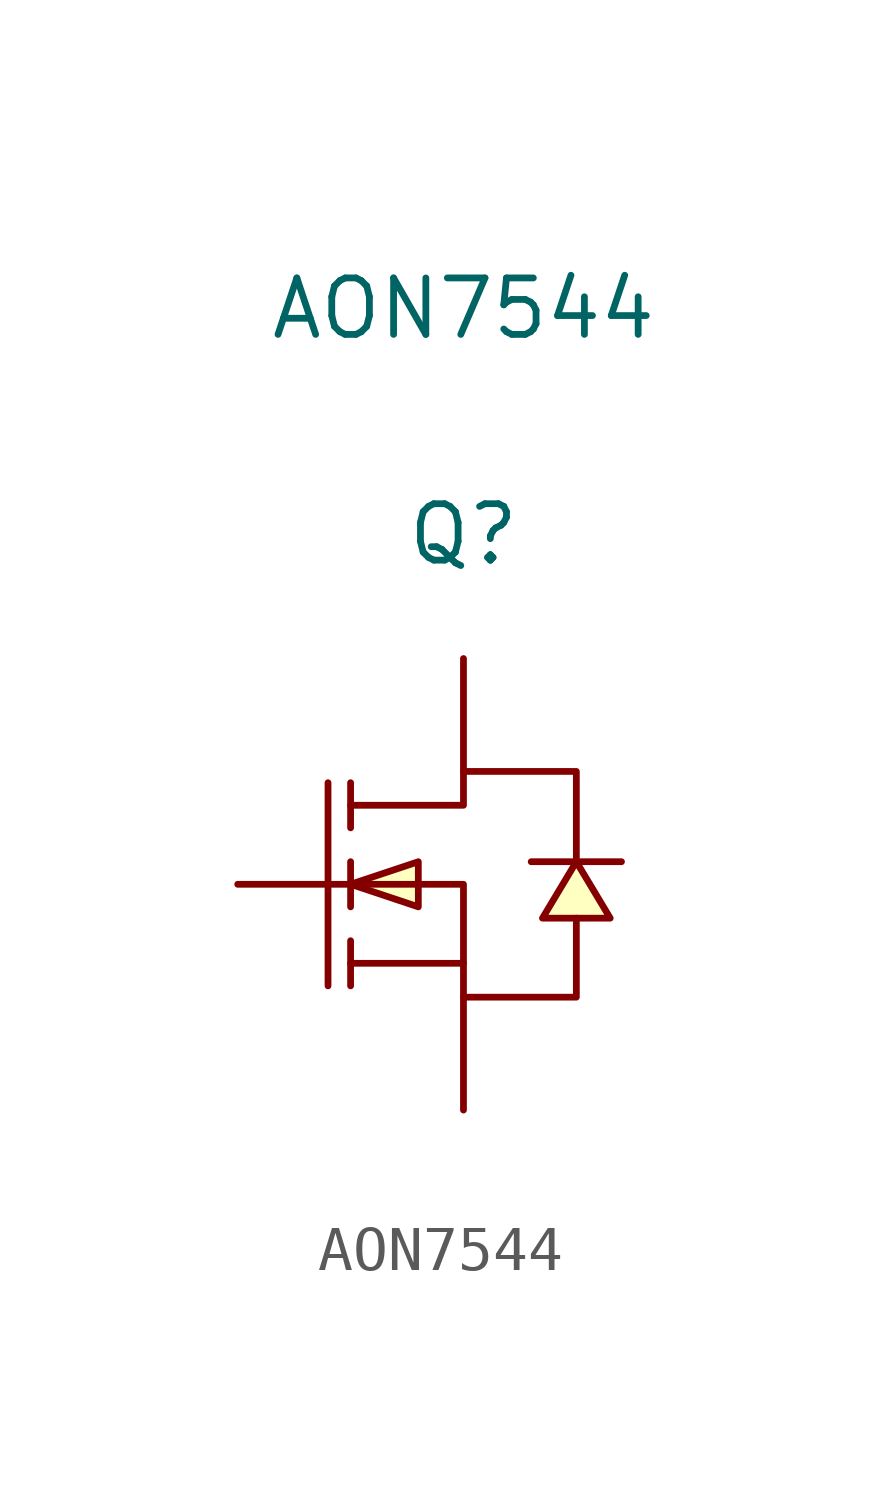
<source format=kicad_sym>
(kicad_symbol_lib
  (version 20220914)
  (generator kicad_symbol_editor)
  (symbol "AON7544"
    (pin_numbers hide)
    (pin_names
      (offset 1.016) hide)
    (property "Reference" "Q"
      (at 0 7.874 0)
      (effects (font (size 1.27 1.27))))
    (property "Value" "AON7544"
      (at 0 12.954 0)
      (effects (font (size 1.27 1.27))))
    (symbol "AON7544_1_1"
      (polyline (pts (xy -3.048 2.286) (xy -3.048 -2.286)) (stroke (width 0.152) (type solid)) (fill (type none)))
      (polyline (pts (xy -2.54 -2.286) (xy -2.54 -1.27)) (stroke (width 0.152) (type solid)) (fill (type none)))
      (polyline (pts (xy -2.54 -0.508) (xy -2.54 0.508)) (stroke (width 0.152) (type solid)) (fill (type none)))
      (polyline (pts (xy -2.54 2.286) (xy -2.54 1.27)) (stroke (width 0.152) (type solid)) (fill (type none)))
      (polyline (pts (xy 0 -1.778) (xy -2.54 -1.778)) (stroke (width 0.152) (type solid)) (fill (type none)))
      (polyline (pts (xy -2.54 0) (xy -1.016 -0.508) (xy -1.016 0.508) (xy -2.54 0)) (stroke (width 0.152) (type solid)) (fill (type background)))
      (polyline (pts (xy 2.54 0.508) (xy 1.778 -0.762) (xy 3.302 -0.762) (xy 2.54 0.508)) (stroke (width 0.152) (type solid)) (fill (type background)))
      (polyline (pts (xy 3.556 0.508) (xy 3.048 0.508) (xy 2.032 0.508) (xy 1.524 0.508)) (stroke (width 0.152) (type solid)) (fill (type none)))
      (polyline (pts (xy -2.54 0) (xy 0 0) (xy 0 -2.54) (xy 2.54 -2.54) (xy 2.54 -0.762)) (stroke (width 0.152) (type solid)) (fill (type none)))
      (polyline (pts (xy -2.54 1.778) (xy 0 1.778) (xy 0 2.54) (xy 2.54 2.54) (xy 2.54 0.508)) (stroke (width 0.152) (type solid)) (fill (type none)))
      (pin input line (at 0 -5.08 90) (length 2.54) (name "S" (effects (font (size 1.27 1.27)))) (number "1" (effects (font (size 1.27 1.27)))))
      (pin input line (at -5.08 0 0) (length 2.54) (name "G" (effects (font (size 1.27 1.27)))) (number "2" (effects (font (size 1.27 1.27)))))
      (pin input line (at 0 5.08 270) (length 2.54) (name "D" (effects (font (size 1.27 1.27)))) (number "3" (effects (font (size 1.27 1.27))))))))
</source>
